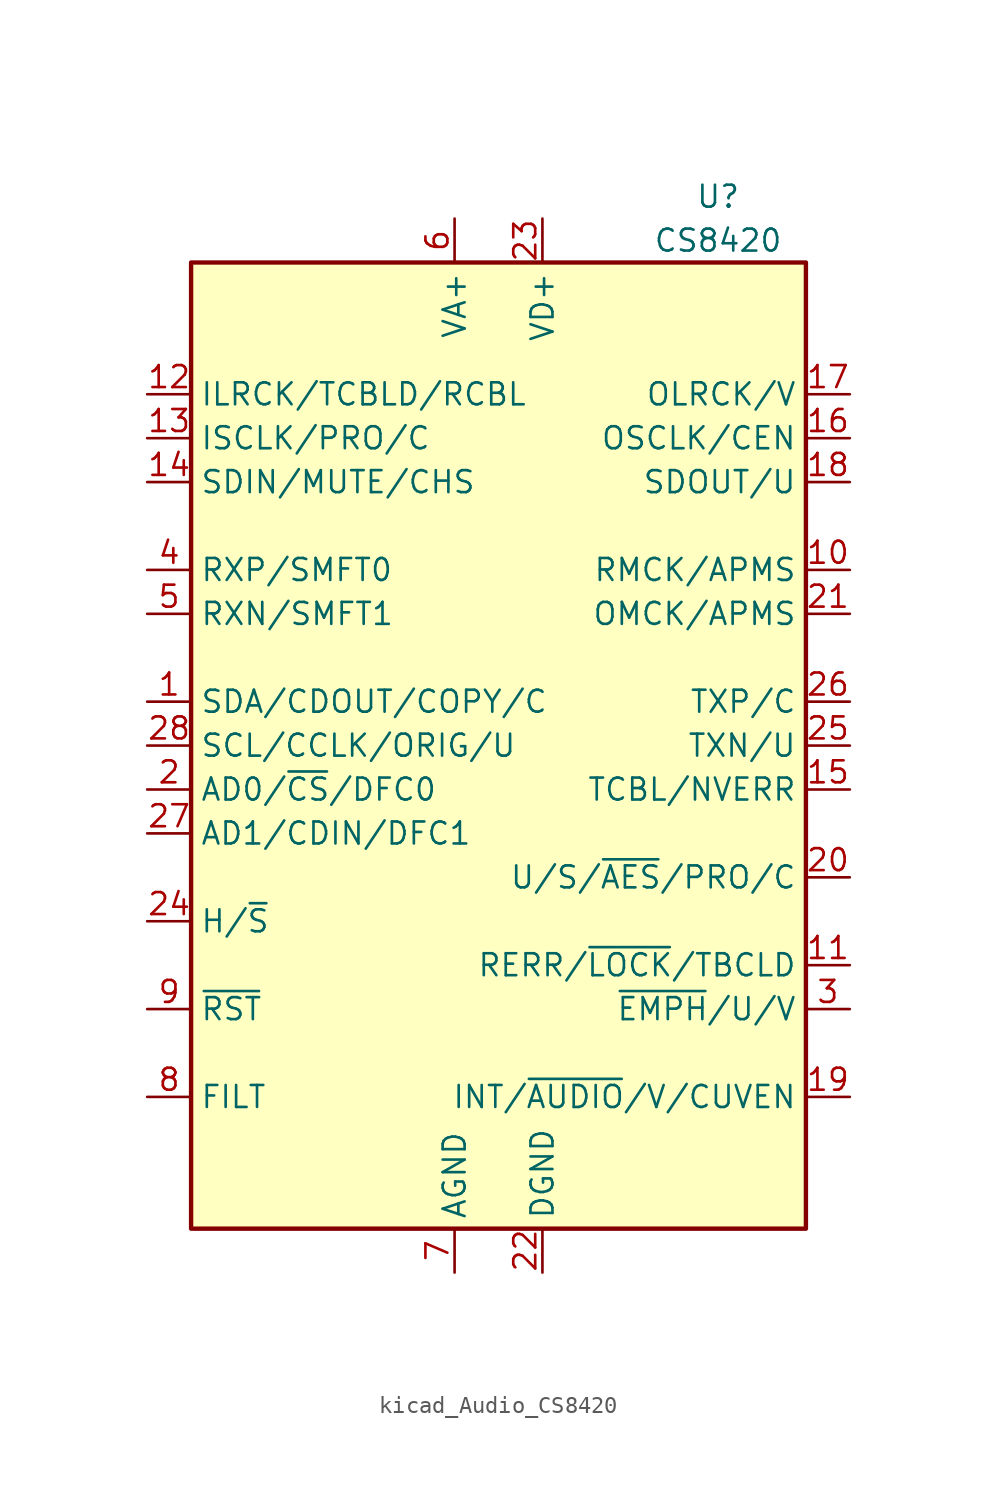
<source format=kicad_sym>
(kicad_symbol_lib
  (version 20220914)
  (generator kicad_symbol_editor)
  (symbol "kicad_Audio_CS8420"
    (property "Reference" "U"
      (at 12.7 31.75 0)
      (effects (font (size 1.27 1.27))))
    (property "Value" "CS8420"
      (at 12.7 29.21 0)
      (effects (font (size 1.27 1.27))))
    (symbol "kicad_Audio_CS8420_0_1"
      (rectangle (start -17.78 27.94) (end 17.78 -27.94) (stroke (width 0.254) (type default)) (fill (type background))))
    (symbol "kicad_Audio_CS8420_1_1"
      (pin bidirectional line (at -20.32 2.54 0) (length 2.54) (name "SDA/CDOUT/COPY/C" (effects (font (size 1.27 1.27)))) (number "1" (effects (font (size 1.27 1.27)))))
      (pin bidirectional line (at 20.32 10.16 180) (length 2.54) (name "RMCK/APMS" (effects (font (size 1.27 1.27)))) (number "10" (effects (font (size 1.27 1.27)))))
      (pin output line (at 20.32 -12.7 180) (length 2.54) (name "RERR/~{LOCK}/TBCLD" (effects (font (size 1.27 1.27)))) (number "11" (effects (font (size 1.27 1.27)))))
      (pin bidirectional line (at -20.32 20.32 0) (length 2.54) (name "ILRCK/TCBLD/RCBL" (effects (font (size 1.27 1.27)))) (number "12" (effects (font (size 1.27 1.27)))))
      (pin bidirectional line (at -20.32 17.78 0) (length 2.54) (name "ISCLK/PRO/C" (effects (font (size 1.27 1.27)))) (number "13" (effects (font (size 1.27 1.27)))))
      (pin input line (at -20.32 15.24 0) (length 2.54) (name "SDIN/MUTE/CHS" (effects (font (size 1.27 1.27)))) (number "14" (effects (font (size 1.27 1.27)))))
      (pin bidirectional line (at 20.32 -2.54 180) (length 2.54) (name "TCBL/NVERR" (effects (font (size 1.27 1.27)))) (number "15" (effects (font (size 1.27 1.27)))))
      (pin bidirectional line (at 20.32 17.78 180) (length 2.54) (name "OSCLK/CEN" (effects (font (size 1.27 1.27)))) (number "16" (effects (font (size 1.27 1.27)))))
      (pin bidirectional line (at 20.32 20.32 180) (length 2.54) (name "OLRCK/V" (effects (font (size 1.27 1.27)))) (number "17" (effects (font (size 1.27 1.27)))))
      (pin bidirectional line (at 20.32 15.24 180) (length 2.54) (name "SDOUT/U" (effects (font (size 1.27 1.27)))) (number "18" (effects (font (size 1.27 1.27)))))
      (pin bidirectional line (at 20.32 -20.32 180) (length 2.54) (name "INT/~{AUDIO}/V/CUVEN" (effects (font (size 1.27 1.27)))) (number "19" (effects (font (size 1.27 1.27)))))
      (pin input line (at -20.32 -2.54 0) (length 2.54) (name "AD0/~{CS}/DFC0" (effects (font (size 1.27 1.27)))) (number "2" (effects (font (size 1.27 1.27)))))
      (pin bidirectional line (at 20.32 -7.62 180) (length 2.54) (name "U/S/~{AES}/PRO/C" (effects (font (size 1.27 1.27)))) (number "20" (effects (font (size 1.27 1.27)))))
      (pin input line (at 20.32 7.62 180) (length 2.54) (name "OMCK/APMS" (effects (font (size 1.27 1.27)))) (number "21" (effects (font (size 1.27 1.27)))))
      (pin power_in line (at 2.54 -30.48 90) (length 2.54) (name "DGND" (effects (font (size 1.27 1.27)))) (number "22" (effects (font (size 1.27 1.27)))))
      (pin power_in line (at 2.54 30.48 270) (length 2.54) (name "VD+" (effects (font (size 1.27 1.27)))) (number "23" (effects (font (size 1.27 1.27)))))
      (pin input line (at -20.32 -10.16 0) (length 2.54) (name "H/~{S}" (effects (font (size 1.27 1.27)))) (number "24" (effects (font (size 1.27 1.27)))))
      (pin output line (at 20.32 0 180) (length 2.54) (name "TXN/U" (effects (font (size 1.27 1.27)))) (number "25" (effects (font (size 1.27 1.27)))))
      (pin output line (at 20.32 2.54 180) (length 2.54) (name "TXP/C" (effects (font (size 1.27 1.27)))) (number "26" (effects (font (size 1.27 1.27)))))
      (pin input line (at -20.32 -5.08 0) (length 2.54) (name "AD1/CDIN/DFC1" (effects (font (size 1.27 1.27)))) (number "27" (effects (font (size 1.27 1.27)))))
      (pin bidirectional line (at -20.32 0 0) (length 2.54) (name "SCL/CCLK/ORIG/U" (effects (font (size 1.27 1.27)))) (number "28" (effects (font (size 1.27 1.27)))))
      (pin bidirectional line (at 20.32 -15.24 180) (length 2.54) (name "~{EMPH}/U/V" (effects (font (size 1.27 1.27)))) (number "3" (effects (font (size 1.27 1.27)))))
      (pin input line (at -20.32 10.16 0) (length 2.54) (name "RXP/SMFT0" (effects (font (size 1.27 1.27)))) (number "4" (effects (font (size 1.27 1.27)))))
      (pin input line (at -20.32 7.62 0) (length 2.54) (name "RXN/SMFT1" (effects (font (size 1.27 1.27)))) (number "5" (effects (font (size 1.27 1.27)))))
      (pin power_in line (at -2.54 30.48 270) (length 2.54) (name "VA+" (effects (font (size 1.27 1.27)))) (number "6" (effects (font (size 1.27 1.27)))))
      (pin power_in line (at -2.54 -30.48 90) (length 2.54) (name "AGND" (effects (font (size 1.27 1.27)))) (number "7" (effects (font (size 1.27 1.27)))))
      (pin passive line (at -20.32 -20.32 0) (length 2.54) (name "FILT" (effects (font (size 1.27 1.27)))) (number "8" (effects (font (size 1.27 1.27)))))
      (pin input line (at -20.32 -15.24 0) (length 2.54) (name "~{RST}" (effects (font (size 1.27 1.27)))) (number "9" (effects (font (size 1.27 1.27))))))))
</source>
